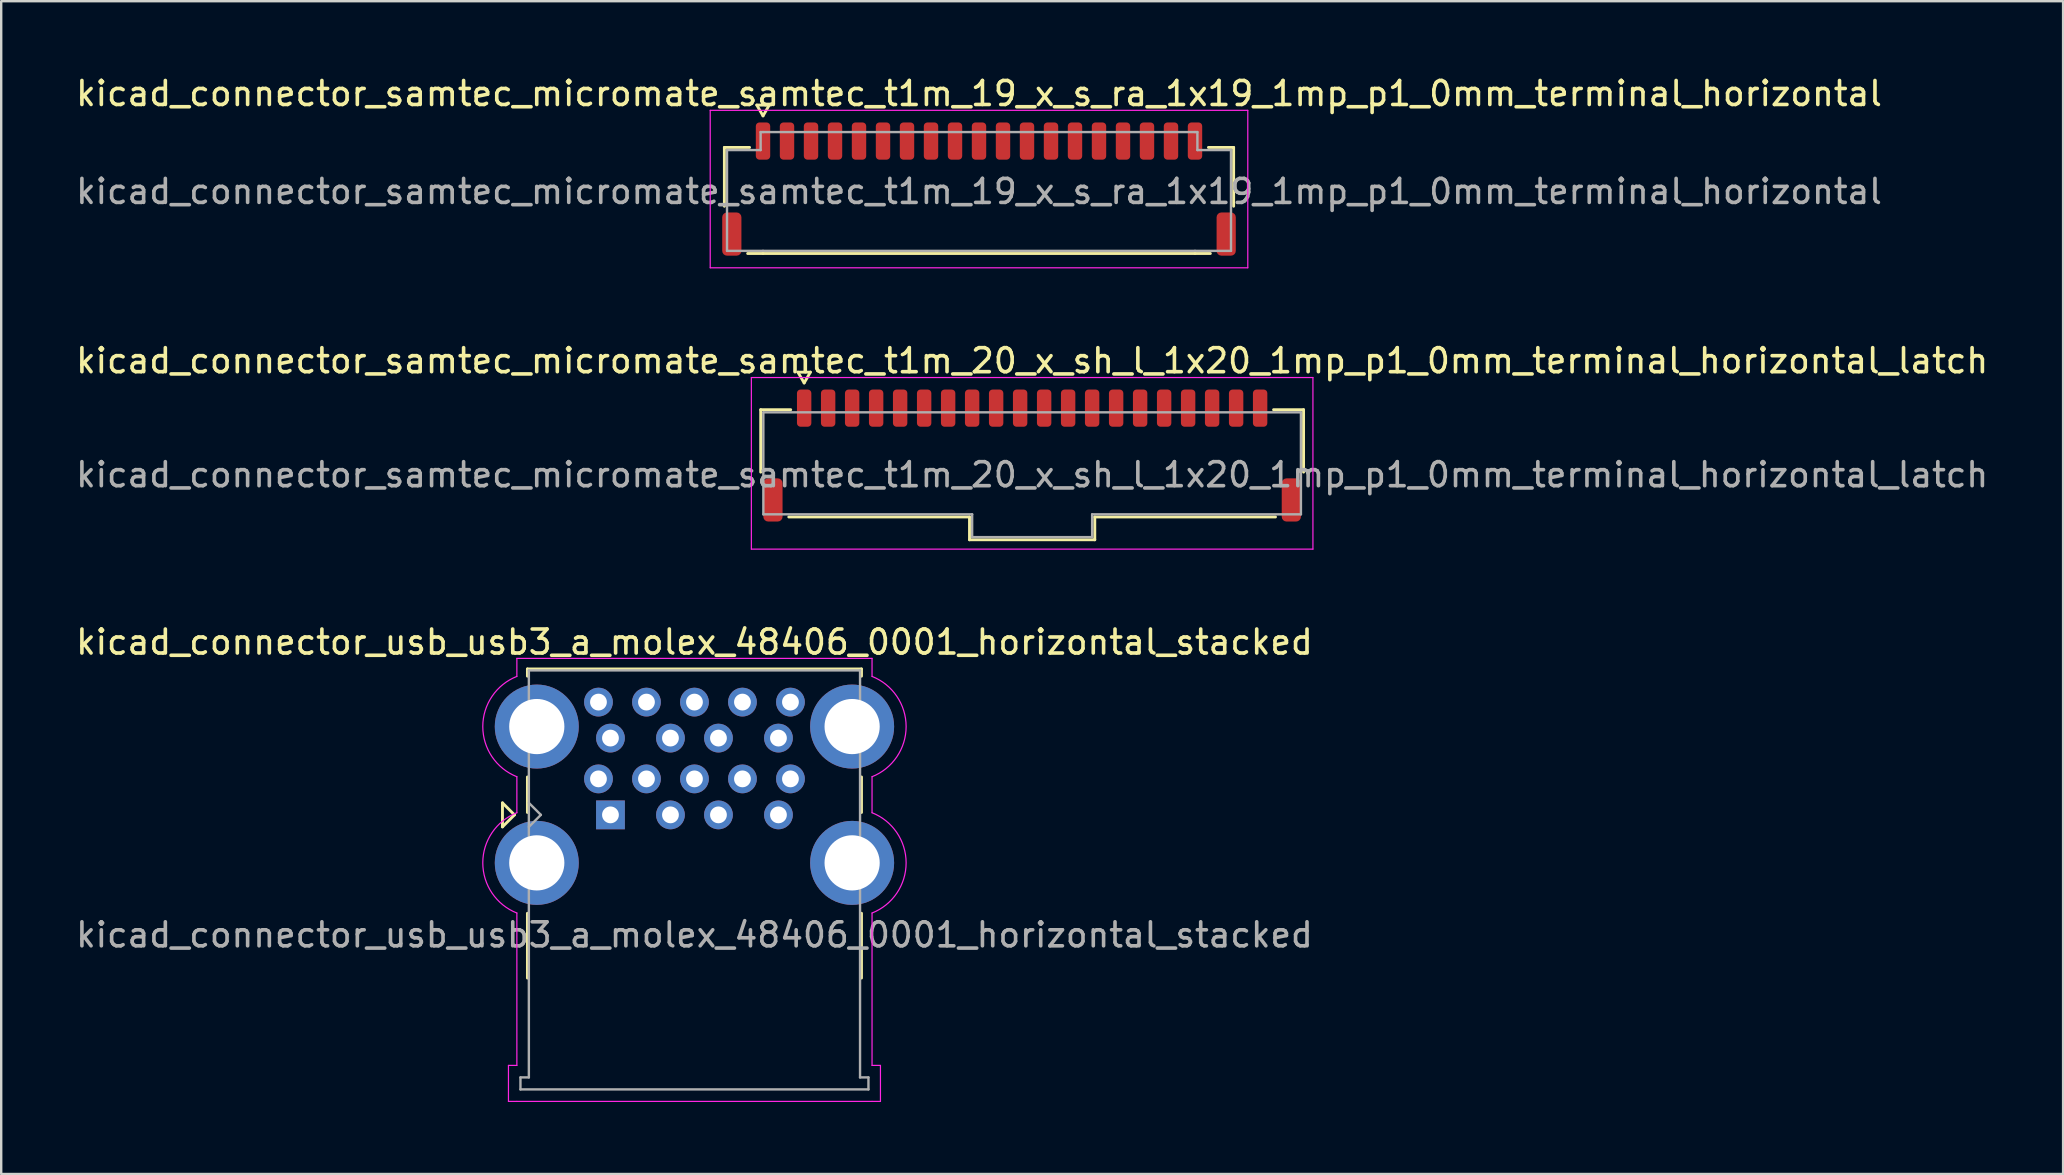
<source format=kicad_pcb>
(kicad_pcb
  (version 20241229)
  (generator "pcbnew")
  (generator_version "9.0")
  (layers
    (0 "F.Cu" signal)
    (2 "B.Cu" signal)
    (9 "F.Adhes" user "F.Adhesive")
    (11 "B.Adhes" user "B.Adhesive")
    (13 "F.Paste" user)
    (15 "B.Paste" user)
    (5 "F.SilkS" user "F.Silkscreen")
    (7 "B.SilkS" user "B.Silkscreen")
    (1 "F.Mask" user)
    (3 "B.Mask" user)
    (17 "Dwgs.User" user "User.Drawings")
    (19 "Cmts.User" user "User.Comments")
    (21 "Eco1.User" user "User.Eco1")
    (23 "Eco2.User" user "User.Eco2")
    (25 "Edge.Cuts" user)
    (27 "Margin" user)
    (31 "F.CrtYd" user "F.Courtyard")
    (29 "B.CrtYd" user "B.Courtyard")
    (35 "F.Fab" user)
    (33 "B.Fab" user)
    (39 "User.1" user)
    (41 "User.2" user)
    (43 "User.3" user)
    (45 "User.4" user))
  (footprint "kicad_connector_samtec_micromate_samtec_t1m_19_x_s_ra_1x19_1mp_p1_0mm_terminal_horizontal"
    (layer "F.Cu")
    (at 37.744 4.928)
    (property "Reference" "kicad_connector_samtec_micromate_samtec_t1m_19_x_s_ra_1x19_1mp_p1_0mm_terminal_horizontal" (at 0 -4.08 0) (layer "F.SilkS") (effects (font (size 1 1) (thickness 0.15))))
    (attr smd)
    (fp_line (start -10.61 -1.835) (end -9.56 -1.835) (stroke (width 0.12) (type solid)) (layer "F.SilkS"))
    (fp_line (start -10.61 0.615) (end -10.61 -1.835) (stroke (width 0.12) (type solid)) (layer "F.SilkS"))
    (fp_line (start -9.26 -3.6) (end -9 -3.15) (stroke (width 0.12) (type solid)) (layer "F.SilkS"))
    (fp_line (start -9 -3.15) (end -8.74 -3.6) (stroke (width 0.12) (type solid)) (layer "F.SilkS"))
    (fp_line (start -9 2.585) (end -9.64 2.585) (stroke (width 0.12) (type solid)) (layer "F.SilkS"))
    (fp_line (start -8.74 -3.6) (end -9.26 -3.6) (stroke (width 0.12) (type solid)) (layer "F.SilkS"))
    (fp_line (start 9 2.585) (end -9 2.585) (stroke (width 0.12) (type solid)) (layer "F.SilkS"))
    (fp_line (start 9.56 -1.835) (end 10.61 -1.835) (stroke (width 0.12) (type solid)) (layer "F.SilkS"))
    (fp_line (start 9.64 2.585) (end 9 2.585) (stroke (width 0.12) (type solid)) (layer "F.SilkS"))
    (fp_line (start 10.61 -1.835) (end 10.61 0.615) (stroke (width 0.12) (type solid)) (layer "F.SilkS"))
    (fp_line (start -11.2 -3.38) (end -11.2 3.18) (stroke (width 0.05) (type solid)) (layer "F.CrtYd"))
    (fp_line (start -11.2 3.18) (end 11.2 3.18) (stroke (width 0.05) (type solid)) (layer "F.CrtYd"))
    (fp_line (start 11.2 -3.38) (end -11.2 -3.38) (stroke (width 0.05) (type solid)) (layer "F.CrtYd"))
    (fp_line (start 11.2 3.18) (end 11.2 -3.38) (stroke (width 0.05) (type solid)) (layer "F.CrtYd"))
    (fp_line (start -10.5 -1.725) (end -9.1 -1.725) (stroke (width 0.1) (type solid)) (layer "F.Fab"))
    (fp_line (start -10.5 2.475) (end -10.5 -1.725) (stroke (width 0.1) (type solid)) (layer "F.Fab"))
    (fp_line (start -9.1 -2.475) (end -9 -2.475) (stroke (width 0.1) (type solid)) (layer "F.Fab"))
    (fp_line (start -9.1 -1.725) (end -9.1 -2.475) (stroke (width 0.1) (type solid)) (layer "F.Fab"))
    (fp_line (start -9 -2.475) (end 9 -2.475) (stroke (width 0.1) (type solid)) (layer "F.Fab"))
    (fp_line (start -9 2.475) (end -10.5 2.475) (stroke (width 0.1) (type solid)) (layer "F.Fab"))
    (fp_line (start 9 -2.475) (end 9.1 -2.475) (stroke (width 0.1) (type solid)) (layer "F.Fab"))
    (fp_line (start 9 2.475) (end -9 2.475) (stroke (width 0.1) (type solid)) (layer "F.Fab"))
    (fp_line (start 9.1 -2.475) (end 9.1 -1.725) (stroke (width 0.1) (type solid)) (layer "F.Fab"))
    (fp_line (start 9.1 -1.725) (end 10.5 -1.725) (stroke (width 0.1) (type solid)) (layer "F.Fab"))
    (fp_line (start 10.5 -1.725) (end 10.5 2.475) (stroke (width 0.1) (type solid)) (layer "F.Fab"))
    (fp_line (start 10.5 2.475) (end 9 2.475) (stroke (width 0.1) (type solid)) (layer "F.Fab"))
    (fp_text user "${REFERENCE}" (at 0 0 0) (layer "F.Fab") (effects (font (size 1 1) (thickness 0.15))))
    (pad "1" smd roundrect (at -9 -2.1) (size 0.6 1.55) (layers "F.Cu" "F.Mask" "F.Paste") (roundrect_rratio 0.25))
    (pad "2" smd roundrect (at -8 -2.1) (size 0.6 1.55) (layers "F.Cu" "F.Mask" "F.Paste") (roundrect_rratio 0.25))
    (pad "3" smd roundrect (at -7 -2.1) (size 0.6 1.55) (layers "F.Cu" "F.Mask" "F.Paste") (roundrect_rratio 0.25))
    (pad "4" smd roundrect (at -6 -2.1) (size 0.6 1.55) (layers "F.Cu" "F.Mask" "F.Paste") (roundrect_rratio 0.25))
    (pad "5" smd roundrect (at -5 -2.1) (size 0.6 1.55) (layers "F.Cu" "F.Mask" "F.Paste") (roundrect_rratio 0.25))
    (pad "6" smd roundrect (at -4 -2.1) (size 0.6 1.55) (layers "F.Cu" "F.Mask" "F.Paste") (roundrect_rratio 0.25))
    (pad "7" smd roundrect (at -3 -2.1) (size 0.6 1.55) (layers "F.Cu" "F.Mask" "F.Paste") (roundrect_rratio 0.25))
    (pad "8" smd roundrect (at -2 -2.1) (size 0.6 1.55) (layers "F.Cu" "F.Mask" "F.Paste") (roundrect_rratio 0.25))
    (pad "9" smd roundrect (at -1 -2.1) (size 0.6 1.55) (layers "F.Cu" "F.Mask" "F.Paste") (roundrect_rratio 0.25))
    (pad "10" smd roundrect (at 0 -2.1) (size 0.6 1.55) (layers "F.Cu" "F.Mask" "F.Paste") (roundrect_rratio 0.25))
    (pad "11" smd roundrect (at 1 -2.1) (size 0.6 1.55) (layers "F.Cu" "F.Mask" "F.Paste") (roundrect_rratio 0.25))
    (pad "12" smd roundrect (at 2 -2.1) (size 0.6 1.55) (layers "F.Cu" "F.Mask" "F.Paste") (roundrect_rratio 0.25))
    (pad "13" smd roundrect (at 3 -2.1) (size 0.6 1.55) (layers "F.Cu" "F.Mask" "F.Paste") (roundrect_rratio 0.25))
    (pad "14" smd roundrect (at 4 -2.1) (size 0.6 1.55) (layers "F.Cu" "F.Mask" "F.Paste") (roundrect_rratio 0.25))
    (pad "15" smd roundrect (at 5 -2.1) (size 0.6 1.55) (layers "F.Cu" "F.Mask" "F.Paste") (roundrect_rratio 0.25))
    (pad "16" smd roundrect (at 6 -2.1) (size 0.6 1.55) (layers "F.Cu" "F.Mask" "F.Paste") (roundrect_rratio 0.25))
    (pad "17" smd roundrect (at 7 -2.1) (size 0.6 1.55) (layers "F.Cu" "F.Mask" "F.Paste") (roundrect_rratio 0.25))
    (pad "18" smd roundrect (at 8 -2.1) (size 0.6 1.55) (layers "F.Cu" "F.Mask" "F.Paste") (roundrect_rratio 0.25))
    (pad "19" smd roundrect (at 9 -2.1) (size 0.6 1.55) (layers "F.Cu" "F.Mask" "F.Paste") (roundrect_rratio 0.25))
    (pad "MP" smd roundrect (at -10.3 1.775) (size 0.8 1.8) (layers "F.Cu" "F.Mask" "F.Paste") (roundrect_rratio 0.25))
    (pad "MP" smd roundrect (at 10.3 1.775) (size 0.8 1.8) (layers "F.Cu" "F.Mask" "F.Paste") (roundrect_rratio 0.25)))
  (footprint "kicad_connector_samtec_micromate_samtec_t1m_20_x_sh_l_1x20_1mp_p1_0mm_terminal_horizontal_latch"
    (layer "F.Cu")
    (at 39.958 16.732)
    (property "Reference" "kicad_connector_samtec_micromate_samtec_t1m_20_x_sh_l_1x20_1mp_p1_0mm_terminal_horizontal_latch" (at 0 -4.75 0) (layer "F.SilkS") (effects (font (size 1 1) (thickness 0.15))))
    (attr smd)
    (fp_line (start -11.31 -2.71) (end -10.06 -2.71) (stroke (width 0.12) (type solid)) (layer "F.SilkS"))
    (fp_line (start -11.31 -0.11) (end -11.31 -2.71) (stroke (width 0.12) (type solid)) (layer "F.SilkS"))
    (fp_line (start -9.76 -4.275) (end -9.5 -3.825) (stroke (width 0.12) (type solid)) (layer "F.SilkS"))
    (fp_line (start -9.5 -3.825) (end -9.24 -4.275) (stroke (width 0.12) (type solid)) (layer "F.SilkS"))
    (fp_line (start -9.24 -4.275) (end -9.76 -4.275) (stroke (width 0.12) (type solid)) (layer "F.SilkS"))
    (fp_line (start -2.61 1.76) (end -10.14 1.76) (stroke (width 0.12) (type solid)) (layer "F.SilkS"))
    (fp_line (start -2.61 2.71) (end -2.61 1.76) (stroke (width 0.12) (type solid)) (layer "F.SilkS"))
    (fp_line (start 2.61 1.76) (end 2.61 2.71) (stroke (width 0.12) (type solid)) (layer "F.SilkS"))
    (fp_line (start 2.61 2.71) (end -2.61 2.71) (stroke (width 0.12) (type solid)) (layer "F.SilkS"))
    (fp_line (start 10.06 -2.71) (end 11.31 -2.71) (stroke (width 0.12) (type solid)) (layer "F.SilkS"))
    (fp_line (start 10.14 1.76) (end 2.61 1.76) (stroke (width 0.12) (type solid)) (layer "F.SilkS"))
    (fp_line (start 11.31 -2.71) (end 11.31 -0.11) (stroke (width 0.12) (type solid)) (layer "F.SilkS"))
    (fp_line (start -11.7 -4.05) (end -11.7 3.1) (stroke (width 0.05) (type solid)) (layer "F.CrtYd"))
    (fp_line (start -11.7 3.1) (end 11.7 3.1) (stroke (width 0.05) (type solid)) (layer "F.CrtYd"))
    (fp_line (start 11.7 -4.05) (end -11.7 -4.05) (stroke (width 0.05) (type solid)) (layer "F.CrtYd"))
    (fp_line (start 11.7 3.1) (end 11.7 -4.05) (stroke (width 0.05) (type solid)) (layer "F.CrtYd"))
    (fp_line (start -11.2 -2.6) (end 11.2 -2.6) (stroke (width 0.1) (type solid)) (layer "F.Fab"))
    (fp_line (start -11.2 1.65) (end -11.2 -2.6) (stroke (width 0.1) (type solid)) (layer "F.Fab"))
    (fp_line (start -2.5 1.65) (end -11.2 1.65) (stroke (width 0.1) (type solid)) (layer "F.Fab"))
    (fp_line (start -2.5 2.6) (end -2.5 1.65) (stroke (width 0.1) (type solid)) (layer "F.Fab"))
    (fp_line (start 2.5 1.65) (end 2.5 2.6) (stroke (width 0.1) (type solid)) (layer "F.Fab"))
    (fp_line (start 2.5 2.6) (end -2.5 2.6) (stroke (width 0.1) (type solid)) (layer "F.Fab"))
    (fp_line (start 11.2 -2.6) (end 11.2 1.65) (stroke (width 0.1) (type solid)) (layer "F.Fab"))
    (fp_line (start 11.2 1.65) (end 2.5 1.65) (stroke (width 0.1) (type solid)) (layer "F.Fab"))
    (fp_text user "${REFERENCE}" (at 0 0 0) (layer "F.Fab") (effects (font (size 1 1) (thickness 0.15))))
    (pad "1" smd roundrect (at -9.5 -2.775) (size 0.6 1.55) (layers "F.Cu" "F.Mask" "F.Paste") (roundrect_rratio 0.25))
    (pad "2" smd roundrect (at -8.5 -2.775) (size 0.6 1.55) (layers "F.Cu" "F.Mask" "F.Paste") (roundrect_rratio 0.25))
    (pad "3" smd roundrect (at -7.5 -2.775) (size 0.6 1.55) (layers "F.Cu" "F.Mask" "F.Paste") (roundrect_rratio 0.25))
    (pad "4" smd roundrect (at -6.5 -2.775) (size 0.6 1.55) (layers "F.Cu" "F.Mask" "F.Paste") (roundrect_rratio 0.25))
    (pad "5" smd roundrect (at -5.5 -2.775) (size 0.6 1.55) (layers "F.Cu" "F.Mask" "F.Paste") (roundrect_rratio 0.25))
    (pad "6" smd roundrect (at -4.5 -2.775) (size 0.6 1.55) (layers "F.Cu" "F.Mask" "F.Paste") (roundrect_rratio 0.25))
    (pad "7" smd roundrect (at -3.5 -2.775) (size 0.6 1.55) (layers "F.Cu" "F.Mask" "F.Paste") (roundrect_rratio 0.25))
    (pad "8" smd roundrect (at -2.5 -2.775) (size 0.6 1.55) (layers "F.Cu" "F.Mask" "F.Paste") (roundrect_rratio 0.25))
    (pad "9" smd roundrect (at -1.5 -2.775) (size 0.6 1.55) (layers "F.Cu" "F.Mask" "F.Paste") (roundrect_rratio 0.25))
    (pad "10" smd roundrect (at -0.5 -2.775) (size 0.6 1.55) (layers "F.Cu" "F.Mask" "F.Paste") (roundrect_rratio 0.25))
    (pad "11" smd roundrect (at 0.5 -2.775) (size 0.6 1.55) (layers "F.Cu" "F.Mask" "F.Paste") (roundrect_rratio 0.25))
    (pad "12" smd roundrect (at 1.5 -2.775) (size 0.6 1.55) (layers "F.Cu" "F.Mask" "F.Paste") (roundrect_rratio 0.25))
    (pad "13" smd roundrect (at 2.5 -2.775) (size 0.6 1.55) (layers "F.Cu" "F.Mask" "F.Paste") (roundrect_rratio 0.25))
    (pad "14" smd roundrect (at 3.5 -2.775) (size 0.6 1.55) (layers "F.Cu" "F.Mask" "F.Paste") (roundrect_rratio 0.25))
    (pad "15" smd roundrect (at 4.5 -2.775) (size 0.6 1.55) (layers "F.Cu" "F.Mask" "F.Paste") (roundrect_rratio 0.25))
    (pad "16" smd roundrect (at 5.5 -2.775) (size 0.6 1.55) (layers "F.Cu" "F.Mask" "F.Paste") (roundrect_rratio 0.25))
    (pad "17" smd roundrect (at 6.5 -2.775) (size 0.6 1.55) (layers "F.Cu" "F.Mask" "F.Paste") (roundrect_rratio 0.25))
    (pad "18" smd roundrect (at 7.5 -2.775) (size 0.6 1.55) (layers "F.Cu" "F.Mask" "F.Paste") (roundrect_rratio 0.25))
    (pad "19" smd roundrect (at 8.5 -2.775) (size 0.6 1.55) (layers "F.Cu" "F.Mask" "F.Paste") (roundrect_rratio 0.25))
    (pad "20" smd roundrect (at 9.5 -2.775) (size 0.6 1.55) (layers "F.Cu" "F.Mask" "F.Paste") (roundrect_rratio 0.25))
    (pad "MP" smd roundrect (at -10.8 1.05) (size 0.8 1.8) (layers "F.Cu" "F.Mask" "F.Paste") (roundrect_rratio 0.25))
    (pad "MP" smd roundrect (at 10.8 1.05) (size 0.8 1.8) (layers "F.Cu" "F.Mask" "F.Paste") (roundrect_rratio 0.25)))
  (footprint "kicad_connector_usb_usb3_a_molex_48406_0001_horizontal_stacked"
    (layer "F.Cu")
    (at 22.387 30.905)
    (property "Reference" "kicad_connector_usb_usb3_a_molex_48406_0001_horizontal_stacked" (at 3.5 -7.2 0) (layer "F.SilkS") (effects (font (size 1 1) (thickness 0.15))))
    (attr through_hole)
    (fp_line (start -4.5 -0.5) (end -4.5 0.5) (stroke (width 0.12) (type solid)) (layer "F.SilkS"))
    (fp_line (start -4.5 0.5) (end -4 0) (stroke (width 0.12) (type solid)) (layer "F.SilkS"))
    (fp_line (start -4 0) (end -4.5 -0.5) (stroke (width 0.12) (type solid)) (layer "F.SilkS"))
    (fp_line (start -3.46 -6.08) (end -3.46 -5.78) (stroke (width 0.12) (type solid)) (layer "F.SilkS"))
    (fp_line (start -3.46 -6.08) (end 10.46 -6.08) (stroke (width 0.12) (type solid)) (layer "F.SilkS"))
    (fp_line (start -3.46 -0.1) (end -3.46 -1.58) (stroke (width 0.12) (type solid)) (layer "F.SilkS"))
    (fp_line (start -3.46 6.8) (end -3.46 4.1) (stroke (width 0.12) (type solid)) (layer "F.SilkS"))
    (fp_line (start 10.46 -6.08) (end 10.46 -5.78) (stroke (width 0.12) (type solid)) (layer "F.SilkS"))
    (fp_line (start 10.46 -0.1) (end 10.46 -1.58) (stroke (width 0.12) (type solid)) (layer "F.SilkS"))
    (fp_line (start 10.46 6.8) (end 10.46 4.1) (stroke (width 0.12) (type solid)) (layer "F.SilkS"))
    (fp_line (start -4.25 10.44) (end -3.9 10.44) (stroke (width 0.05) (type solid)) (layer "F.CrtYd"))
    (fp_line (start -4.25 11.94) (end -4.25 10.44) (stroke (width 0.05) (type solid)) (layer "F.CrtYd"))
    (fp_line (start -3.9 -6.52) (end 10.9 -6.52) (stroke (width 0.05) (type solid)) (layer "F.CrtYd"))
    (fp_line (start -3.9 -5.77) (end -3.9 -6.52) (stroke (width 0.05) (type solid)) (layer "F.CrtYd"))
    (fp_line (start -3.9 -0.09) (end -3.9 -1.59) (stroke (width 0.05) (type solid)) (layer "F.CrtYd"))
    (fp_line (start -3.9 10.44) (end -3.9 4.09) (stroke (width 0.05) (type solid)) (layer "F.CrtYd"))
    (fp_line (start -3.9 11.94) (end -4.25 11.94) (stroke (width 0.05) (type solid)) (layer "F.CrtYd"))
    (fp_line (start -3.9 11.94) (end 10.9 11.94) (stroke (width 0.05) (type solid)) (layer "F.CrtYd"))
    (fp_line (start 10.9 -6.52) (end 10.9 -5.77) (stroke (width 0.05) (type solid)) (layer "F.CrtYd"))
    (fp_line (start 10.9 -1.59) (end 10.9 -0.09) (stroke (width 0.05) (type solid)) (layer "F.CrtYd"))
    (fp_line (start 10.9 4.09) (end 10.9 10.44) (stroke (width 0.05) (type solid)) (layer "F.CrtYd"))
    (fp_line (start 10.9 11.94) (end 11.25 11.94) (stroke (width 0.05) (type solid)) (layer "F.CrtYd"))
    (fp_line (start 11.25 10.44) (end 10.9 10.44) (stroke (width 0.05) (type solid)) (layer "F.CrtYd"))
    (fp_line (start 11.25 11.94) (end 11.25 10.44) (stroke (width 0.05) (type solid)) (layer "F.CrtYd"))
    (fp_arc (start -3.9 -1.59) (mid -5.32 -3.68) (end -3.9 -5.77) (stroke (width 0.05) (type solid)) (layer "F.CrtYd"))
    (fp_arc (start -3.9 4.09) (mid -5.32 2) (end -3.9 -0.09) (stroke (width 0.05) (type solid)) (layer "F.CrtYd"))
    (fp_arc (start 10.9 -5.77) (mid 12.32 -3.68) (end 10.9 -1.59) (stroke (width 0.05) (type solid)) (layer "F.CrtYd"))
    (fp_arc (start 10.9 -0.09) (mid 12.32 2) (end 10.9 4.09) (stroke (width 0.05) (type solid)) (layer "F.CrtYd"))
    (fp_line (start -3.75 10.94) (end -3.4 10.94) (stroke (width 0.1) (type default)) (layer "F.Fab"))
    (fp_line (start -3.75 11.44) (end -3.75 10.94) (stroke (width 0.1) (type default)) (layer "F.Fab"))
    (fp_line (start -3.4 -6.02) (end 10.4 -6.02) (stroke (width 0.1) (type solid)) (layer "F.Fab"))
    (fp_line (start -3.4 0.5) (end -2.9 0) (stroke (width 0.1) (type solid)) (layer "F.Fab"))
    (fp_line (start -3.4 10.94) (end -3.4 -6.02) (stroke (width 0.1) (type solid)) (layer "F.Fab"))
    (fp_line (start -2.9 0) (end -3.4 -0.5) (stroke (width 0.1) (type solid)) (layer "F.Fab"))
    (fp_line (start 10.4 -6.02) (end 10.4 10.94) (stroke (width 0.1) (type solid)) (layer "F.Fab"))
    (fp_line (start 10.75 10.94) (end 10.4 10.94) (stroke (width 0.1) (type default)) (layer "F.Fab"))
    (fp_line (start 10.75 11.44) (end -3.75 11.44) (stroke (width 0.1) (type solid)) (layer "F.Fab"))
    (fp_line (start 10.75 11.44) (end 10.75 10.94) (stroke (width 0.1) (type default)) (layer "F.Fab"))
    (fp_text user "${REFERENCE}" (at 3.5 5 0) (layer "F.Fab") (effects (font (size 1 1) (thickness 0.15))))
    (pad "1" thru_hole rect (at 0 0) (size 1.2 1.2) (drill 0.7) (layers "*.Cu" "*.Mask"))
    (pad "2" thru_hole circle (at 2.5 0) (size 1.2 1.2) (drill 0.7) (layers "*.Cu" "*.Mask"))
    (pad "3" thru_hole circle (at 4.5 0) (size 1.2 1.2) (drill 0.7) (layers "*.Cu" "*.Mask"))
    (pad "4" thru_hole circle (at 7 0) (size 1.2 1.2) (drill 0.7) (layers "*.Cu" "*.Mask"))
    (pad "5" thru_hole circle (at 7.5 -1.5) (size 1.2 1.2) (drill 0.7) (layers "*.Cu" "*.Mask"))
    (pad "6" thru_hole circle (at 5.5 -1.5) (size 1.2 1.2) (drill 0.7) (layers "*.Cu" "*.Mask"))
    (pad "7" thru_hole circle (at 3.5 -1.5) (size 1.2 1.2) (drill 0.7) (layers "*.Cu" "*.Mask"))
    (pad "8" thru_hole circle (at 1.5 -1.5) (size 1.2 1.2) (drill 0.7) (layers "*.Cu" "*.Mask"))
    (pad "9" thru_hole circle (at -0.5 -1.5) (size 1.2 1.2) (drill 0.7) (layers "*.Cu" "*.Mask"))
    (pad "10" thru_hole circle (at 0 -3.2) (size 1.2 1.2) (drill 0.7) (layers "*.Cu" "*.Mask"))
    (pad "11" thru_hole circle (at 2.5 -3.2) (size 1.2 1.2) (drill 0.7) (layers "*.Cu" "*.Mask"))
    (pad "12" thru_hole circle (at 4.5 -3.2) (size 1.2 1.2) (drill 0.7) (layers "*.Cu" "*.Mask"))
    (pad "13" thru_hole circle (at 7 -3.2) (size 1.2 1.2) (drill 0.7) (layers "*.Cu" "*.Mask"))
    (pad "14" thru_hole circle (at 7.5 -4.7) (size 1.2 1.2) (drill 0.7) (layers "*.Cu" "*.Mask"))
    (pad "15" thru_hole circle (at 5.5 -4.7) (size 1.2 1.2) (drill 0.7) (layers "*.Cu" "*.Mask"))
    (pad "16" thru_hole circle (at 3.5 -4.7) (size 1.2 1.2) (drill 0.7) (layers "*.Cu" "*.Mask"))
    (pad "17" thru_hole circle (at 1.5 -4.7) (size 1.2 1.2) (drill 0.7) (layers "*.Cu" "*.Mask"))
    (pad "18" thru_hole circle (at -0.5 -4.7) (size 1.2 1.2) (drill 0.7) (layers "*.Cu" "*.Mask"))
    (pad "19" thru_hole circle (at -3.07 -3.68) (size 3.5 3.5) (drill 2.3) (layers "*.Cu" "*.Mask"))
    (pad "19" thru_hole circle (at -3.07 2) (size 3.5 3.5) (drill 2.3) (layers "*.Cu" "*.Mask"))
    (pad "19" thru_hole circle (at 10.07 -3.68) (size 3.5 3.5) (drill 2.3) (layers "*.Cu" "*.Mask"))
    (pad "19" thru_hole circle (at 10.07 2) (size 3.5 3.5) (drill 2.3) (layers "*.Cu" "*.Mask")))
  (gr_rect
    (start -3 -3)
    (end 82.917 45.87)
    (stroke (width 0.1) (type default))
    (fill no)
    (layer "Edge.Cuts")))
</source>
